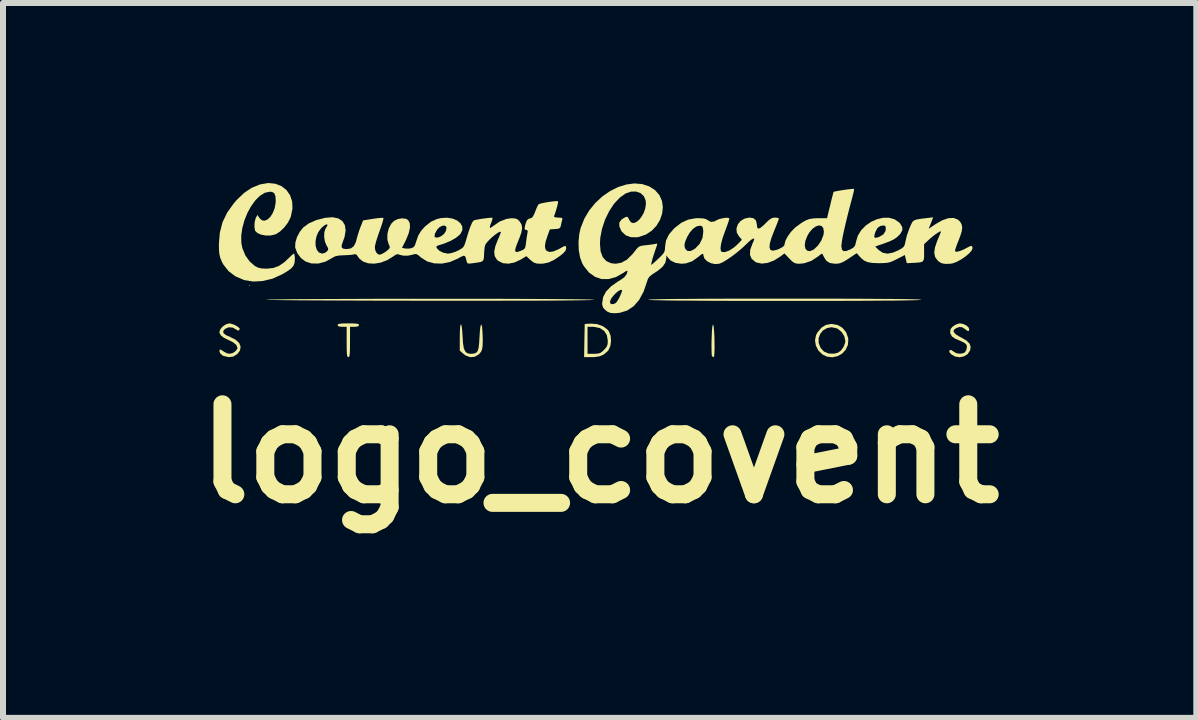
<source format=kicad_pcb>
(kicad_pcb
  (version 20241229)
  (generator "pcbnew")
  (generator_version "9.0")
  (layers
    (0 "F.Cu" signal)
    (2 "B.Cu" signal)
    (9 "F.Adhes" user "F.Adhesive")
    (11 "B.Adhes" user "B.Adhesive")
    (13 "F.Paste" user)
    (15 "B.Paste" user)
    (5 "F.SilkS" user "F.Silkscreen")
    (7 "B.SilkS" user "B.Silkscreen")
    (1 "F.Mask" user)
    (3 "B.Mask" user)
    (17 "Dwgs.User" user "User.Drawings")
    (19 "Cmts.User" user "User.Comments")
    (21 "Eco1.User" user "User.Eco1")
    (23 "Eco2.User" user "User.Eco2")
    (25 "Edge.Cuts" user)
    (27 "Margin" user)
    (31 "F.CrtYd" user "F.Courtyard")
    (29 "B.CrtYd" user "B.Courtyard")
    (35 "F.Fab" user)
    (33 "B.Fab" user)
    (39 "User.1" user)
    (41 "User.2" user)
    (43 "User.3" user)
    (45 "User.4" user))
  (footprint "logo_covent"
    (layer "F.Cu")
    (at 6.91 1.589)
    (property "Reference" "logo_covent" (at 0.033 2.92 0) (layer "F.SilkS") (effects (font (size 1.5 1.5) (thickness 0.3))))
    (attr board_only exclude_from_pos_files exclude_from_bom)
    (fp_poly (pts (xy -5.797 0.122) (xy -5.806 0.131) (xy -5.815 0.122) (xy -5.806 0.113)) (stroke (width 0) (type solid)) (fill yes) (layer "F.SilkS"))
    (fp_poly (pts (xy 1.933 0.8) (xy 1.939 0.865) (xy 1.945 0.965) (xy 1.947 1.041) (xy 1.948 1.164) (xy 1.945 1.251) (xy 1.94 1.3) (xy 1.932 1.313) (xy 1.908 1.298) (xy 1.903 1.289) (xy 1.9 1.262) (xy 1.898 1.205) (xy 1.897 1.126) (xy 1.898 1.034) (xy 1.899 1.017) (xy 1.903 0.9) (xy 1.909 0.821) (xy 1.917 0.778) (xy 1.925 0.771)) (stroke (width 0) (type solid)) (fill yes) (layer "F.SilkS"))
    (fp_poly (pts (xy -4.07 0.751) (xy -4.016 0.755) (xy -3.988 0.762) (xy -3.977 0.774) (xy -3.977 0.779) (xy -3.989 0.798) (xy -4.03 0.806) (xy -4.052 0.807) (xy -4.127 0.807) (xy -4.127 1.06) (xy -4.128 1.164) (xy -4.13 1.235) (xy -4.134 1.281) (xy -4.141 1.305) (xy -4.152 1.313) (xy -4.155 1.313) (xy -4.167 1.308) (xy -4.175 1.288) (xy -4.18 1.249) (xy -4.182 1.184) (xy -4.183 1.089) (xy -4.183 1.06) (xy -4.183 0.807) (xy -4.258 0.807) (xy -4.311 0.802) (xy -4.332 0.787) (xy -4.333 0.779) (xy -4.327 0.765) (xy -4.304 0.757) (xy -4.257 0.752) (xy -4.181 0.75) (xy -4.155 0.75)) (stroke (width 0) (type solid)) (fill yes) (layer "F.SilkS"))
    (fp_poly (pts (xy -0.011 0.762) (xy 0.084 0.795) (xy 0.159 0.849) (xy 0.188 0.885) (xy 0.216 0.958) (xy 0.223 1.044) (xy 0.211 1.128) (xy 0.179 1.198) (xy 0.168 1.211) (xy 0.104 1.267) (xy 0.033 1.299) (xy -0.058 1.312) (xy -0.103 1.313) (xy -0.226 1.313) (xy -0.221 1.036) (xy -0.221 1.032) (xy -0.169 1.032) (xy -0.169 1.257) (xy -0.064 1.257) (xy 0.001 1.254) (xy 0.044 1.243) (xy 0.082 1.215) (xy 0.105 1.193) (xy 0.146 1.146) (xy 0.165 1.101) (xy 0.169 1.042) (xy 0.154 0.948) (xy 0.109 0.876) (xy 0.038 0.829) (xy -0.06 0.808) (xy -0.093 0.807) (xy -0.169 0.807) (xy -0.169 1.032) (xy -0.221 1.032) (xy -0.216 0.76) (xy -0.117 0.754)) (stroke (width 0) (type solid)) (fill yes) (layer "F.SilkS"))
    (fp_poly (pts (xy -2.265 0.805) (xy -2.257 0.877) (xy -2.251 0.969) (xy -2.244 1.081) (xy -2.231 1.161) (xy -2.21 1.213) (xy -2.18 1.243) (xy -2.137 1.256) (xy -2.111 1.257) (xy -2.06 1.253) (xy -2.024 1.239) (xy -1.999 1.209) (xy -1.984 1.157) (xy -1.975 1.078) (xy -1.97 0.986) (xy -1.963 0.882) (xy -1.955 0.81) (xy -1.945 0.773) (xy -1.936 0.771) (xy -1.927 0.804) (xy -1.921 0.873) (xy -1.917 0.947) (xy -1.915 1.053) (xy -1.918 1.128) (xy -1.926 1.182) (xy -1.942 1.221) (xy -1.968 1.253) (xy -1.983 1.268) (xy -2.05 1.307) (xy -2.125 1.313) (xy -2.201 1.285) (xy -2.237 1.258) (xy -2.298 1.204) (xy -2.298 0.987) (xy -2.296 0.879) (xy -2.291 0.807) (xy -2.283 0.77) (xy -2.274 0.769)) (stroke (width 0) (type solid)) (fill yes) (layer "F.SilkS"))
    (fp_poly (pts (xy 3.999 0.777) (xy 4.08 0.825) (xy 4.141 0.899) (xy 4.174 0.993) (xy 4.177 1.016) (xy 4.17 1.109) (xy 4.133 1.19) (xy 4.074 1.254) (xy 3.997 1.297) (xy 3.911 1.315) (xy 3.823 1.305) (xy 3.75 1.271) (xy 3.68 1.205) (xy 3.637 1.123) (xy 3.622 1.034) (xy 3.629 0.997) (xy 3.682 0.997) (xy 3.683 1.077) (xy 3.715 1.159) (xy 3.772 1.22) (xy 3.849 1.252) (xy 3.938 1.255) (xy 4.004 1.239) (xy 4.054 1.203) (xy 4.097 1.144) (xy 4.123 1.075) (xy 4.127 1.041) (xy 4.11 0.965) (xy 4.066 0.894) (xy 4.003 0.842) (xy 3.985 0.833) (xy 3.9 0.814) (xy 3.823 0.828) (xy 3.757 0.866) (xy 3.709 0.925) (xy 3.682 0.997) (xy 3.629 0.997) (xy 3.639 0.946) (xy 3.663 0.9) (xy 3.73 0.821) (xy 3.803 0.776) (xy 3.891 0.76) (xy 3.902 0.76)) (stroke (width 0) (type solid)) (fill yes) (layer "F.SilkS"))
    (fp_poly (pts (xy 3.498 0.338) (xy 3.849 0.338) (xy 4.164 0.339) (xy 4.444 0.34) (xy 4.689 0.342) (xy 4.897 0.343) (xy 5.07 0.345) (xy 5.206 0.347) (xy 5.305 0.35) (xy 5.368 0.353) (xy 5.393 0.356) (xy 5.393 0.356) (xy 5.377 0.36) (xy 5.322 0.363) (xy 5.231 0.365) (xy 5.102 0.368) (xy 4.936 0.37) (xy 4.733 0.371) (xy 4.492 0.373) (xy 4.215 0.374) (xy 3.9 0.375) (xy 3.549 0.375) (xy 3.16 0.375) (xy 3.125 0.375) (xy 2.735 0.375) (xy 2.382 0.375) (xy 2.065 0.374) (xy 1.784 0.373) (xy 1.54 0.371) (xy 1.331 0.37) (xy 1.16 0.368) (xy 1.025 0.365) (xy 0.928 0.363) (xy 0.867 0.36) (xy 0.844 0.357) (xy 0.844 0.356) (xy 0.863 0.353) (xy 0.919 0.35) (xy 1.012 0.348) (xy 1.143 0.345) (xy 1.31 0.343) (xy 1.514 0.342) (xy 1.754 0.34) (xy 2.031 0.339) (xy 2.344 0.338) (xy 2.693 0.338) (xy 3.077 0.338) (xy 3.113 0.338)) (stroke (width 0) (type solid)) (fill yes) (layer "F.SilkS"))
    (fp_poly (pts (xy -6.094 0.759) (xy -6.043 0.779) (xy -5.998 0.806) (xy -5.969 0.831) (xy -5.965 0.841) (xy -5.977 0.868) (xy -6.005 0.866) (xy -6.021 0.854) (xy -6.082 0.82) (xy -6.149 0.815) (xy -6.209 0.841) (xy -6.21 0.841) (xy -6.24 0.878) (xy -6.236 0.911) (xy -6.197 0.944) (xy -6.122 0.978) (xy -6.12 0.979) (xy -6.031 1.024) (xy -5.974 1.078) (xy -5.95 1.138) (xy -5.961 1.202) (xy -6.002 1.258) (xy -6.07 1.302) (xy -6.15 1.313) (xy -6.235 1.292) (xy -6.252 1.284) (xy -6.289 1.252) (xy -6.303 1.219) (xy -6.299 1.189) (xy -6.283 1.186) (xy -6.248 1.208) (xy -6.233 1.219) (xy -6.182 1.247) (xy -6.132 1.257) (xy -6.081 1.244) (xy -6.035 1.213) (xy -6.006 1.175) (xy -6.003 1.157) (xy -6.021 1.111) (xy -6.074 1.066) (xy -6.144 1.031) (xy -6.227 0.991) (xy -6.278 0.952) (xy -6.301 0.911) (xy -6.303 0.89) (xy -6.287 0.846) (xy -6.247 0.801) (xy -6.195 0.766) (xy -6.142 0.751) (xy -6.138 0.75)) (stroke (width 0) (type solid)) (fill yes) (layer "F.SilkS"))
    (fp_poly (pts (xy 6.095 0.761) (xy 6.146 0.786) (xy 6.182 0.82) (xy 6.191 0.845) (xy 6.187 0.874) (xy 6.17 0.878) (xy 6.135 0.856) (xy 6.121 0.844) (xy 6.073 0.814) (xy 6.029 0.81) (xy 5.975 0.829) (xy 5.935 0.858) (xy 5.932 0.892) (xy 5.966 0.931) (xy 6.038 0.976) (xy 6.062 0.987) (xy 6.147 1.037) (xy 6.198 1.088) (xy 6.216 1.142) (xy 6.206 1.201) (xy 6.166 1.262) (xy 6.104 1.3) (xy 6.031 1.315) (xy 5.956 1.302) (xy 5.896 1.268) (xy 5.863 1.233) (xy 5.859 1.209) (xy 5.865 1.2) (xy 5.888 1.191) (xy 5.918 1.21) (xy 5.926 1.217) (xy 5.977 1.247) (xy 6.04 1.256) (xy 6.098 1.245) (xy 6.124 1.227) (xy 6.146 1.187) (xy 6.153 1.145) (xy 6.15 1.118) (xy 6.138 1.096) (xy 6.111 1.074) (xy 6.061 1.049) (xy 5.985 1.016) (xy 5.961 1.007) (xy 5.902 0.966) (xy 5.874 0.91) (xy 5.879 0.85) (xy 5.907 0.812) (xy 5.955 0.777) (xy 6.011 0.754) (xy 6.04 0.75)) (stroke (width 0) (type solid)) (fill yes) (layer "F.SilkS"))
    (fp_poly (pts (xy -2.363 0.34) (xy -2.091 0.34) (xy -1.825 0.341) (xy -1.569 0.341) (xy -1.324 0.342) (xy -1.093 0.343) (xy -0.879 0.344) (xy -0.684 0.345) (xy -0.51 0.347) (xy -0.361 0.348) (xy -0.239 0.35) (xy -0.145 0.352) (xy -0.084 0.354) (xy -0.057 0.356) (xy -0.056 0.356) (xy -0.075 0.359) (xy -0.131 0.362) (xy -0.224 0.364) (xy -0.355 0.366) (xy -0.524 0.368) (xy -0.729 0.37) (xy -0.972 0.371) (xy -1.253 0.372) (xy -1.571 0.372) (xy -1.926 0.373) (xy -2.319 0.373) (xy -2.75 0.373) (xy -2.828 0.373) (xy -3.146 0.372) (xy -3.452 0.372) (xy -3.746 0.371) (xy -4.024 0.37) (xy -4.284 0.369) (xy -4.526 0.368) (xy -4.746 0.367) (xy -4.943 0.366) (xy -5.115 0.364) (xy -5.259 0.363) (xy -5.375 0.361) (xy -5.459 0.36) (xy -5.51 0.358) (xy -5.526 0.357) (xy -5.525 0.357) (xy -5.494 0.354) (xy -5.429 0.352) (xy -5.333 0.351) (xy -5.208 0.349) (xy -5.056 0.347) (xy -4.88 0.346) (xy -4.683 0.345) (xy -4.467 0.344) (xy -4.235 0.343) (xy -3.988 0.342) (xy -3.731 0.341) (xy -3.465 0.341) (xy -3.192 0.34) (xy -2.916 0.34) (xy -2.639 0.34)) (stroke (width 0) (type solid)) (fill yes) (layer "F.SilkS"))
    (fp_poly (pts (xy -5.371 -1.577) (xy -5.269 -1.537) (xy -5.186 -1.472) (xy -5.126 -1.385) (xy -5.091 -1.28) (xy -5.086 -1.161) (xy -5.113 -1.031) (xy -5.121 -1.008) (xy -5.163 -0.927) (xy -5.224 -0.847) (xy -5.294 -0.78) (xy -5.363 -0.736) (xy -5.371 -0.733) (xy -5.448 -0.715) (xy -5.529 -0.714) (xy -5.607 -0.728) (xy -5.669 -0.755) (xy -5.707 -0.792) (xy -5.71 -0.798) (xy -5.72 -0.858) (xy -5.717 -0.931) (xy -5.702 -0.996) (xy -5.695 -1.011) (xy -5.67 -1.057) (xy -5.637 -1.007) (xy -5.596 -0.968) (xy -5.55 -0.961) (xy -5.501 -0.982) (xy -5.454 -1.026) (xy -5.414 -1.09) (xy -5.383 -1.169) (xy -5.367 -1.258) (xy -5.365 -1.299) (xy -5.371 -1.375) (xy -5.39 -1.42) (xy -5.427 -1.441) (xy -5.464 -1.444) (xy -5.546 -1.427) (xy -5.627 -1.377) (xy -5.705 -1.3) (xy -5.775 -1.203) (xy -5.837 -1.09) (xy -5.887 -0.966) (xy -5.922 -0.838) (xy -5.94 -0.711) (xy -5.938 -0.59) (xy -5.921 -0.504) (xy -5.872 -0.384) (xy -5.8 -0.282) (xy -5.713 -0.207) (xy -5.71 -0.205) (xy -5.659 -0.179) (xy -5.603 -0.166) (xy -5.527 -0.162) (xy -5.513 -0.162) (xy -5.406 -0.173) (xy -5.312 -0.207) (xy -5.222 -0.269) (xy -5.15 -0.336) (xy -5.107 -0.378) (xy -5.074 -0.406) (xy -5.061 -0.413) (xy -5.053 -0.396) (xy -5.047 -0.353) (xy -5.046 -0.318) (xy -5.051 -0.259) (xy -5.07 -0.21) (xy -5.107 -0.166) (xy -5.168 -0.121) (xy -5.259 -0.067) (xy -5.262 -0.066) (xy -5.419 0.005) (xy -5.58 0.044) (xy -5.738 0.053) (xy -5.887 0.029) (xy -5.897 0.026) (xy -6.038 -0.035) (xy -6.152 -0.121) (xy -6.24 -0.234) (xy -6.269 -0.291) (xy -6.29 -0.344) (xy -6.303 -0.398) (xy -6.31 -0.465) (xy -6.312 -0.556) (xy -6.312 -0.572) (xy -6.297 -0.761) (xy -6.252 -0.935) (xy -6.174 -1.097) (xy -6.062 -1.253) (xy -6.012 -1.31) (xy -5.891 -1.425) (xy -5.767 -1.508) (xy -5.634 -1.563) (xy -5.62 -1.567) (xy -5.489 -1.589)) (stroke (width 0) (type solid)) (fill yes) (layer "F.SilkS"))
    (fp_poly (pts (xy -0.66 -1.285) (xy -0.66 -1.264) (xy -0.67 -1.218) (xy -0.687 -1.157) (xy -0.707 -1.091) (xy -0.727 -1.036) (xy -0.72 -1.021) (xy -0.68 -1.014) (xy -0.657 -1.013) (xy -0.606 -1.01) (xy -0.587 -0.999) (xy -0.588 -0.986) (xy -0.598 -0.95) (xy -0.61 -0.898) (xy -0.61 -0.893) (xy -0.621 -0.853) (xy -0.639 -0.833) (xy -0.676 -0.824) (xy -0.71 -0.822) (xy -0.797 -0.816) (xy -0.838 -0.703) (xy -0.869 -0.606) (xy -0.879 -0.535) (xy -0.869 -0.484) (xy -0.851 -0.46) (xy -0.805 -0.44) (xy -0.737 -0.449) (xy -0.649 -0.487) (xy -0.627 -0.499) (xy -0.572 -0.53) (xy -0.541 -0.541) (xy -0.528 -0.531) (xy -0.525 -0.502) (xy -0.525 -0.498) (xy -0.536 -0.462) (xy -0.571 -0.421) (xy -0.625 -0.376) (xy -0.726 -0.308) (xy -0.817 -0.265) (xy -0.907 -0.246) (xy -0.956 -0.244) (xy -1.021 -0.248) (xy -1.067 -0.265) (xy -1.116 -0.303) (xy -1.12 -0.307) (xy -1.189 -0.37) (xy -1.281 -0.314) (xy -1.385 -0.265) (xy -1.486 -0.245) (xy -1.578 -0.253) (xy -1.655 -0.29) (xy -1.681 -0.313) (xy -1.716 -0.372) (xy -1.724 -0.445) (xy -1.705 -0.537) (xy -1.67 -0.628) (xy -1.642 -0.692) (xy -1.622 -0.743) (xy -1.613 -0.771) (xy -1.613 -0.772) (xy -1.626 -0.778) (xy -1.659 -0.763) (xy -1.705 -0.731) (xy -1.759 -0.687) (xy -1.805 -0.643) (xy -1.846 -0.599) (xy -1.871 -0.563) (xy -1.883 -0.523) (xy -1.889 -0.464) (xy -1.892 -0.423) (xy -1.895 -0.357) (xy -1.901 -0.314) (xy -1.917 -0.288) (xy -1.951 -0.273) (xy -2.007 -0.263) (xy -2.086 -0.252) (xy -2.14 -0.246) (xy -2.167 -0.251) (xy -2.18 -0.27) (xy -2.186 -0.293) (xy -2.199 -0.346) (xy -2.213 -0.373) (xy -2.236 -0.377) (xy -2.278 -0.359) (xy -2.334 -0.328) (xy -2.464 -0.272) (xy -2.596 -0.246) (xy -2.723 -0.25) (xy -2.84 -0.282) (xy -2.939 -0.344) (xy -2.946 -0.35) (xy -2.991 -0.388) (xy -3.023 -0.405) (xy -3.054 -0.404) (xy -3.079 -0.396) (xy -3.158 -0.379) (xy -3.237 -0.378) (xy -3.301 -0.393) (xy -3.304 -0.395) (xy -3.335 -0.404) (xy -3.369 -0.392) (xy -3.406 -0.366) (xy -3.509 -0.303) (xy -3.617 -0.262) (xy -3.724 -0.245) (xy -3.824 -0.251) (xy -3.909 -0.28) (xy -3.974 -0.332) (xy -3.994 -0.361) (xy -4.021 -0.397) (xy -4.05 -0.404) (xy -4.061 -0.4) (xy -4.099 -0.393) (xy -4.16 -0.388) (xy -4.231 -0.385) (xy -4.311 -0.381) (xy -4.367 -0.37) (xy -4.411 -0.349) (xy -4.422 -0.341) (xy -4.538 -0.278) (xy -4.656 -0.247) (xy -4.771 -0.249) (xy -4.868 -0.281) (xy -4.945 -0.339) (xy -5.006 -0.42) (xy -5.04 -0.511) (xy -5.041 -0.517) (xy -5.038 -0.595) (xy -5.032 -0.616) (xy -4.702 -0.616) (xy -4.7 -0.541) (xy -4.681 -0.477) (xy -4.646 -0.432) (xy -4.595 -0.413) (xy -4.588 -0.413) (xy -4.543 -0.426) (xy -4.512 -0.449) (xy -4.493 -0.475) (xy -4.491 -0.499) (xy -4.509 -0.534) (xy -4.519 -0.55) (xy -4.546 -0.615) (xy -4.558 -0.693) (xy -4.555 -0.768) (xy -4.537 -0.827) (xy -4.531 -0.836) (xy -4.505 -0.878) (xy -4.505 -0.899) (xy -4.527 -0.898) (xy -4.565 -0.875) (xy -4.606 -0.838) (xy -4.655 -0.772) (xy -4.687 -0.696) (xy -4.702 -0.616) (xy -5.032 -0.616) (xy -5.012 -0.685) (xy -4.966 -0.773) (xy -4.909 -0.846) (xy -4.814 -0.916) (xy -4.687 -0.972) (xy -4.537 -1.01) (xy -4.419 -1.019) (xy -4.324 -1) (xy -4.255 -0.956) (xy -4.213 -0.887) (xy -4.2 -0.798) (xy -4.218 -0.69) (xy -4.243 -0.62) (xy -4.266 -0.554) (xy -4.265 -0.514) (xy -4.239 -0.494) (xy -4.185 -0.488) (xy -4.183 -0.488) (xy -4.113 -0.499) (xy -4.064 -0.536) (xy -4.031 -0.602) (xy -4.021 -0.638) (xy -4 -0.715) (xy -3.972 -0.803) (xy -3.953 -0.854) (xy -3.909 -0.966) (xy -3.746 -0.992) (xy -3.671 -1.003) (xy -3.612 -1.008) (xy -3.576 -1.008) (xy -3.57 -1.006) (xy -3.572 -0.985) (xy -3.585 -0.936) (xy -3.607 -0.867) (xy -3.636 -0.784) (xy -3.637 -0.783) (xy -3.667 -0.695) (xy -3.693 -0.613) (xy -3.709 -0.549) (xy -3.714 -0.513) (xy -3.703 -0.458) (xy -3.676 -0.414) (xy -3.641 -0.394) (xy -3.637 -0.394) (xy -3.597 -0.406) (xy -3.544 -0.436) (xy -3.495 -0.474) (xy -3.468 -0.503) (xy -3.465 -0.531) (xy -3.481 -0.564) (xy -3.505 -0.646) (xy -3.504 -0.74) (xy -3.481 -0.833) (xy -3.438 -0.913) (xy -3.392 -0.959) (xy -3.329 -0.989) (xy -3.259 -1.001) (xy -3.196 -0.993) (xy -3.158 -0.971) (xy -3.131 -0.919) (xy -3.128 -0.844) (xy -3.149 -0.751) (xy -3.192 -0.646) (xy -3.195 -0.639) (xy -3.261 -0.509) (xy -3.211 -0.498) (xy -3.155 -0.495) (xy -3.106 -0.503) (xy -3.068 -0.52) (xy -3.045 -0.552) (xy -3.029 -0.601) (xy -2.995 -0.7) (xy -2.719 -0.7) (xy -2.699 -0.679) (xy -2.652 -0.684) (xy -2.606 -0.704) (xy -2.558 -0.743) (xy -2.527 -0.794) (xy -2.519 -0.845) (xy -2.522 -0.858) (xy -2.547 -0.88) (xy -2.587 -0.878) (xy -2.633 -0.855) (xy -2.674 -0.814) (xy -2.677 -0.809) (xy -2.713 -0.743) (xy -2.719 -0.7) (xy -2.995 -0.7) (xy -2.992 -0.71) (xy -2.938 -0.798) (xy -2.876 -0.866) (xy -2.779 -0.943) (xy -2.679 -0.989) (xy -2.61 -1.005) (xy -2.508 -1.011) (xy -2.417 -0.996) (xy -2.343 -0.965) (xy -2.288 -0.92) (xy -2.257 -0.866) (xy -2.255 -0.805) (xy -2.285 -0.743) (xy -2.299 -0.727) (xy -2.364 -0.674) (xy -2.454 -0.623) (xy -2.558 -0.58) (xy -2.612 -0.563) (xy -2.664 -0.547) (xy -2.686 -0.533) (xy -2.686 -0.514) (xy -2.681 -0.504) (xy -2.641 -0.462) (xy -2.577 -0.429) (xy -2.503 -0.413) (xy -2.489 -0.413) (xy -2.436 -0.422) (xy -2.369 -0.444) (xy -2.325 -0.464) (xy -2.277 -0.491) (xy -2.245 -0.515) (xy -2.224 -0.546) (xy -2.206 -0.594) (xy -2.185 -0.666) (xy -2.152 -0.776) (xy -2.12 -0.866) (xy -2.092 -0.93) (xy -2.068 -0.963) (xy -2.066 -0.965) (xy -2.039 -0.973) (xy -1.988 -0.983) (xy -1.924 -0.994) (xy -1.858 -1.003) (xy -1.8 -1.009) (xy -1.762 -1.011) (xy -1.753 -1.009) (xy -1.754 -0.988) (xy -1.767 -0.946) (xy -1.773 -0.932) (xy -1.795 -0.872) (xy -1.798 -0.843) (xy -1.78 -0.844) (xy -1.742 -0.872) (xy -1.632 -0.947) (xy -1.519 -0.991) (xy -1.438 -1.002) (xy -1.378 -0.999) (xy -1.338 -0.985) (xy -1.303 -0.952) (xy -1.302 -0.951) (xy -1.269 -0.899) (xy -1.259 -0.839) (xy -1.271 -0.765) (xy -1.305 -0.67) (xy -1.345 -0.571) (xy -1.369 -0.503) (xy -1.375 -0.461) (xy -1.365 -0.441) (xy -1.336 -0.441) (xy -1.289 -0.456) (xy -1.279 -0.46) (xy -1.236 -0.48) (xy -1.212 -0.504) (xy -1.201 -0.543) (xy -1.195 -0.587) (xy -1.186 -0.658) (xy -1.176 -0.723) (xy -1.171 -0.746) (xy -1.166 -0.788) (xy -1.176 -0.805) (xy -1.189 -0.807) (xy -1.211 -0.812) (xy -1.218 -0.833) (xy -1.21 -0.878) (xy -1.198 -0.921) (xy -1.177 -0.971) (xy -1.148 -0.994) (xy -1.129 -0.998) (xy -1.1 -1.008) (xy -1.076 -1.035) (xy -1.051 -1.087) (xy -1.042 -1.111) (xy -1.018 -1.171) (xy -0.996 -1.217) (xy -0.984 -1.235) (xy -0.958 -1.245) (xy -0.908 -1.257) (xy -0.843 -1.269) (xy -0.775 -1.279) (xy -0.715 -1.286) (xy -0.673 -1.287)) (stroke (width 0) (type solid)) (fill yes) (layer "F.SilkS"))
    (fp_poly (pts (xy 0.739 -1.572) (xy 0.859 -1.533) (xy 0.956 -1.471) (xy 1.029 -1.387) (xy 1.072 -1.29) (xy 1.086 -1.185) (xy 1.074 -1.078) (xy 1.038 -0.973) (xy 0.98 -0.877) (xy 0.901 -0.794) (xy 0.804 -0.73) (xy 0.69 -0.691) (xy 0.656 -0.685) (xy 0.555 -0.686) (xy 0.469 -0.717) (xy 0.404 -0.777) (xy 0.394 -0.791) (xy 0.361 -0.868) (xy 0.361 -0.93) (xy 0.396 -0.979) (xy 0.417 -0.994) (xy 0.465 -1.022) (xy 0.492 -1.027) (xy 0.51 -1.009) (xy 0.525 -0.975) (xy 0.556 -0.933) (xy 0.595 -0.921) (xy 0.64 -0.936) (xy 0.686 -0.971) (xy 0.729 -1.024) (xy 0.766 -1.088) (xy 0.792 -1.161) (xy 0.804 -1.236) (xy 0.8 -1.298) (xy 0.769 -1.371) (xy 0.714 -1.421) (xy 0.64 -1.447) (xy 0.556 -1.446) (xy 0.468 -1.416) (xy 0.368 -1.345) (xy 0.274 -1.244) (xy 0.192 -1.12) (xy 0.123 -0.979) (xy 0.073 -0.828) (xy 0.043 -0.675) (xy 0.038 -0.575) (xy 0.049 -0.45) (xy 0.084 -0.355) (xy 0.143 -0.289) (xy 0.224 -0.252) (xy 0.301 -0.244) (xy 0.396 -0.261) (xy 0.487 -0.312) (xy 0.576 -0.399) (xy 0.61 -0.441) (xy 0.651 -0.494) (xy 0.684 -0.525) (xy 0.721 -0.541) (xy 0.775 -0.55) (xy 0.807 -0.553) (xy 0.875 -0.561) (xy 0.932 -0.569) (xy 0.961 -0.575) (xy 0.983 -0.58) (xy 0.992 -0.574) (xy 0.987 -0.548) (xy 0.969 -0.496) (xy 0.966 -0.488) (xy 0.938 -0.404) (xy 0.914 -0.328) (xy 0.899 -0.269) (xy 0.892 -0.233) (xy 0.893 -0.225) (xy 0.911 -0.237) (xy 0.948 -0.269) (xy 0.997 -0.315) (xy 1.013 -0.329) (xy 1.067 -0.383) (xy 1.1 -0.422) (xy 1.116 -0.456) (xy 1.122 -0.495) (xy 1.123 -0.525) (xy 1.127 -0.555) (xy 1.446 -0.555) (xy 1.453 -0.51) (xy 1.464 -0.487) (xy 1.498 -0.456) (xy 1.549 -0.456) (xy 1.612 -0.488) (xy 1.626 -0.498) (xy 1.701 -0.577) (xy 1.747 -0.674) (xy 1.76 -0.779) (xy 1.76 -0.784) (xy 1.754 -0.838) (xy 1.742 -0.866) (xy 1.717 -0.876) (xy 1.705 -0.878) (xy 1.649 -0.867) (xy 1.589 -0.826) (xy 1.532 -0.76) (xy 1.489 -0.685) (xy 1.458 -0.61) (xy 1.446 -0.555) (xy 1.127 -0.555) (xy 1.139 -0.632) (xy 1.188 -0.732) (xy 1.271 -0.829) (xy 1.285 -0.842) (xy 1.395 -0.927) (xy 1.508 -0.979) (xy 1.631 -1.002) (xy 1.672 -1.003) (xy 1.751 -1) (xy 1.803 -0.989) (xy 1.833 -0.971) (xy 1.886 -0.941) (xy 1.942 -0.948) (xy 1.976 -0.966) (xy 2.019 -0.986) (xy 2.073 -1) (xy 2.128 -1.009) (xy 2.172 -1.009) (xy 2.194 -0.999) (xy 2.195 -0.996) (xy 2.188 -0.97) (xy 2.171 -0.918) (xy 2.146 -0.848) (xy 2.128 -0.801) (xy 2.084 -0.678) (xy 2.057 -0.577) (xy 2.047 -0.501) (xy 2.055 -0.454) (xy 2.07 -0.44) (xy 2.122 -0.438) (xy 2.189 -0.462) (xy 2.263 -0.509) (xy 2.315 -0.552) (xy 2.359 -0.596) (xy 2.391 -0.629) (xy 2.401 -0.643) (xy 2.39 -0.661) (xy 2.361 -0.694) (xy 2.354 -0.702) (xy 2.318 -0.764) (xy 2.313 -0.832) (xy 2.335 -0.898) (xy 2.38 -0.955) (xy 2.445 -0.995) (xy 2.525 -1.013) (xy 2.535 -1.013) (xy 2.599 -1.001) (xy 2.638 -0.965) (xy 2.653 -0.9) (xy 2.653 -0.89) (xy 2.66 -0.844) (xy 2.679 -0.828) (xy 2.713 -0.842) (xy 2.765 -0.885) (xy 2.799 -0.919) (xy 2.853 -0.971) (xy 2.894 -1) (xy 2.932 -1.012) (xy 2.955 -1.013) (xy 2.998 -1.009) (xy 3.02 -0.999) (xy 3.02 -0.997) (xy 3.013 -0.974) (xy 2.995 -0.925) (xy 2.968 -0.857) (xy 2.945 -0.801) (xy 2.896 -0.675) (xy 2.869 -0.58) (xy 2.864 -0.513) (xy 2.88 -0.474) (xy 2.919 -0.461) (xy 2.979 -0.474) (xy 3.016 -0.488) (xy 3.078 -0.519) (xy 3.109 -0.547) (xy 3.11 -0.552) (xy 3.451 -0.552) (xy 3.462 -0.496) (xy 3.49 -0.462) (xy 3.534 -0.453) (xy 3.591 -0.475) (xy 3.602 -0.482) (xy 3.671 -0.547) (xy 3.727 -0.631) (xy 3.762 -0.721) (xy 3.77 -0.779) (xy 3.759 -0.84) (xy 3.73 -0.874) (xy 3.686 -0.882) (xy 3.634 -0.865) (xy 3.58 -0.826) (xy 3.527 -0.765) (xy 3.494 -0.708) (xy 3.461 -0.624) (xy 3.451 -0.552) (xy 3.11 -0.552) (xy 3.114 -0.567) (xy 3.128 -0.625) (xy 3.164 -0.695) (xy 3.216 -0.769) (xy 3.278 -0.834) (xy 3.309 -0.861) (xy 3.395 -0.923) (xy 3.465 -0.965) (xy 3.529 -0.989) (xy 3.599 -1) (xy 3.679 -1.003) (xy 3.822 -1.003) (xy 3.875 -1.219) (xy 3.895 -1.303) (xy 3.913 -1.374) (xy 3.926 -1.422) (xy 3.931 -1.441) (xy 3.951 -1.447) (xy 3.998 -1.457) (xy 4.061 -1.467) (xy 4.13 -1.478) (xy 4.195 -1.486) (xy 4.246 -1.492) (xy 4.272 -1.492) (xy 4.273 -1.492) (xy 4.272 -1.471) (xy 4.262 -1.423) (xy 4.245 -1.356) (xy 4.233 -1.309) (xy 4.201 -1.192) (xy 4.168 -1.062) (xy 4.136 -0.93) (xy 4.107 -0.805) (xy 4.084 -0.699) (xy 4.071 -0.626) (xy 4.061 -0.537) (xy 4.07 -0.48) (xy 4.097 -0.454) (xy 4.147 -0.457) (xy 4.219 -0.487) (xy 4.219 -0.487) (xy 4.266 -0.516) (xy 4.291 -0.55) (xy 4.304 -0.605) (xy 4.304 -0.607) (xy 4.329 -0.69) (xy 4.609 -0.69) (xy 4.625 -0.675) (xy 4.667 -0.683) (xy 4.695 -0.693) (xy 4.762 -0.733) (xy 4.797 -0.79) (xy 4.802 -0.827) (xy 4.796 -0.868) (xy 4.773 -0.881) (xy 4.766 -0.882) (xy 4.707 -0.872) (xy 4.663 -0.839) (xy 4.63 -0.778) (xy 4.614 -0.729) (xy 4.609 -0.69) (xy 4.329 -0.69) (xy 4.335 -0.71) (xy 4.391 -0.802) (xy 4.467 -0.88) (xy 4.557 -0.942) (xy 4.656 -0.986) (xy 4.758 -1.01) (xy 4.856 -1.01) (xy 4.947 -0.985) (xy 5.023 -0.933) (xy 5.043 -0.91) (xy 5.076 -0.854) (xy 5.078 -0.804) (xy 5.048 -0.749) (xy 5.035 -0.732) (xy 4.99 -0.688) (xy 4.936 -0.65) (xy 4.862 -0.615) (xy 4.762 -0.578) (xy 4.747 -0.573) (xy 4.625 -0.531) (xy 4.684 -0.472) (xy 4.752 -0.426) (xy 4.832 -0.412) (xy 4.926 -0.431) (xy 5.009 -0.467) (xy 5.067 -0.499) (xy 5.1 -0.527) (xy 5.117 -0.56) (xy 5.125 -0.596) (xy 5.152 -0.712) (xy 5.196 -0.836) (xy 5.226 -0.904) (xy 5.242 -0.936) (xy 5.262 -0.958) (xy 5.29 -0.974) (xy 5.336 -0.985) (xy 5.407 -0.996) (xy 5.483 -1.005) (xy 5.591 -1.017) (xy 5.554 -0.921) (xy 5.516 -0.826) (xy 5.628 -0.902) (xy 5.742 -0.968) (xy 5.844 -1.003) (xy 5.932 -1.007) (xy 6.004 -0.979) (xy 6.04 -0.944) (xy 6.066 -0.899) (xy 6.075 -0.848) (xy 6.067 -0.783) (xy 6.04 -0.698) (xy 6.012 -0.626) (xy 5.984 -0.555) (xy 5.964 -0.496) (xy 5.955 -0.458) (xy 5.956 -0.45) (xy 5.98 -0.443) (xy 6.028 -0.453) (xy 6.088 -0.476) (xy 6.147 -0.506) (xy 6.201 -0.535) (xy 6.232 -0.541) (xy 6.245 -0.524) (xy 6.247 -0.502) (xy 6.231 -0.462) (xy 6.188 -0.414) (xy 6.127 -0.363) (xy 6.056 -0.315) (xy 5.983 -0.275) (xy 5.915 -0.25) (xy 5.881 -0.244) (xy 5.797 -0.241) (xy 5.739 -0.25) (xy 5.695 -0.272) (xy 5.664 -0.299) (xy 5.624 -0.356) (xy 5.609 -0.425) (xy 5.62 -0.511) (xy 5.656 -0.619) (xy 5.665 -0.641) (xy 5.692 -0.705) (xy 5.712 -0.754) (xy 5.721 -0.779) (xy 5.722 -0.781) (xy 5.709 -0.783) (xy 5.675 -0.765) (xy 5.627 -0.733) (xy 5.574 -0.692) (xy 5.529 -0.653) (xy 5.44 -0.57) (xy 5.44 -0.426) (xy 5.44 -0.353) (xy 5.433 -0.307) (xy 5.414 -0.28) (xy 5.375 -0.267) (xy 5.31 -0.261) (xy 5.254 -0.258) (xy 5.152 -0.253) (xy 5.135 -0.321) (xy 5.119 -0.389) (xy 4.986 -0.321) (xy 4.919 -0.288) (xy 4.866 -0.268) (xy 4.814 -0.258) (xy 4.747 -0.254) (xy 4.683 -0.253) (xy 4.579 -0.257) (xy 4.502 -0.27) (xy 4.441 -0.296) (xy 4.388 -0.34) (xy 4.358 -0.373) (xy 4.317 -0.42) (xy 4.217 -0.353) (xy 4.141 -0.303) (xy 4.084 -0.27) (xy 4.039 -0.253) (xy 3.995 -0.245) (xy 3.954 -0.244) (xy 3.869 -0.256) (xy 3.809 -0.295) (xy 3.771 -0.356) (xy 3.752 -0.395) (xy 3.739 -0.413) (xy 3.738 -0.413) (xy 3.72 -0.402) (xy 3.684 -0.374) (xy 3.67 -0.363) (xy 3.561 -0.292) (xy 3.443 -0.252) (xy 3.369 -0.244) (xy 3.315 -0.246) (xy 3.277 -0.258) (xy 3.239 -0.285) (xy 3.194 -0.33) (xy 3.112 -0.416) (xy 3.047 -0.366) (xy 2.94 -0.298) (xy 2.833 -0.258) (xy 2.734 -0.246) (xy 2.648 -0.264) (xy 2.626 -0.275) (xy 2.566 -0.327) (xy 2.538 -0.392) (xy 2.542 -0.475) (xy 2.578 -0.575) (xy 2.602 -0.629) (xy 2.61 -0.656) (xy 2.602 -0.664) (xy 2.59 -0.662) (xy 2.56 -0.645) (xy 2.516 -0.608) (xy 2.475 -0.568) (xy 2.405 -0.502) (xy 2.323 -0.433) (xy 2.235 -0.366) (xy 2.151 -0.309) (xy 2.079 -0.266) (xy 2.027 -0.244) (xy 1.956 -0.238) (xy 1.884 -0.254) (xy 1.822 -0.287) (xy 1.779 -0.331) (xy 1.763 -0.378) (xy 1.76 -0.405) (xy 1.745 -0.409) (xy 1.715 -0.389) (xy 1.673 -0.354) (xy 1.575 -0.285) (xy 1.472 -0.25) (xy 1.397 -0.244) (xy 1.298 -0.258) (xy 1.217 -0.297) (xy 1.174 -0.342) (xy 1.144 -0.384) (xy 1.144 -0.34) (xy 1.129 -0.264) (xy 1.082 -0.193) (xy 1 -0.125) (xy 0.966 -0.103) (xy 0.901 -0.06) (xy 0.861 -0.026) (xy 0.838 0.009) (xy 0.825 0.047) (xy 0.766 0.22) (xy 0.691 0.359) (xy 0.6 0.464) (xy 0.492 0.536) (xy 0.368 0.574) (xy 0.288 0.581) (xy 0.219 0.577) (xy 0.169 0.559) (xy 0.133 0.533) (xy 0.092 0.49) (xy 0.076 0.441) (xy 0.075 0.41) (xy 0.079 0.389) (xy 0.206 0.389) (xy 0.212 0.421) (xy 0.237 0.43) (xy 0.258 0.428) (xy 0.291 0.418) (xy 0.319 0.391) (xy 0.35 0.34) (xy 0.364 0.314) (xy 0.39 0.256) (xy 0.405 0.213) (xy 0.407 0.194) (xy 0.381 0.192) (xy 0.342 0.213) (xy 0.297 0.251) (xy 0.255 0.297) (xy 0.222 0.343) (xy 0.207 0.383) (xy 0.206 0.389) (xy 0.079 0.389) (xy 0.091 0.311) (xy 0.14 0.219) (xy 0.223 0.133) (xy 0.341 0.05) (xy 0.368 0.035) (xy 0.443 -0.017) (xy 0.482 -0.068) (xy 0.485 -0.076) (xy 0.497 -0.116) (xy 0.49 -0.128) (xy 0.462 -0.115) (xy 0.431 -0.093) (xy 0.305 -0.022) (xy 0.182 0.012) (xy 0.064 0.011) (xy -0.045 -0.026) (xy -0.144 -0.097) (xy -0.229 -0.202) (xy -0.258 -0.253) (xy -0.294 -0.352) (xy -0.315 -0.473) (xy -0.319 -0.606) (xy -0.307 -0.738) (xy -0.284 -0.839) (xy -0.223 -0.993) (xy -0.14 -1.133) (xy -0.038 -1.258) (xy 0.079 -1.366) (xy 0.206 -1.454) (xy 0.339 -1.521) (xy 0.476 -1.564) (xy 0.61 -1.582)) (stroke (width 0) (type solid)) (fill yes) (layer "F.SilkS")))
  (gr_rect
    (start -3 -3)
    (end 16.886 8.913)
    (stroke (width 0.1) (type default))
    (fill no)
    (layer "Edge.Cuts")))
</source>
